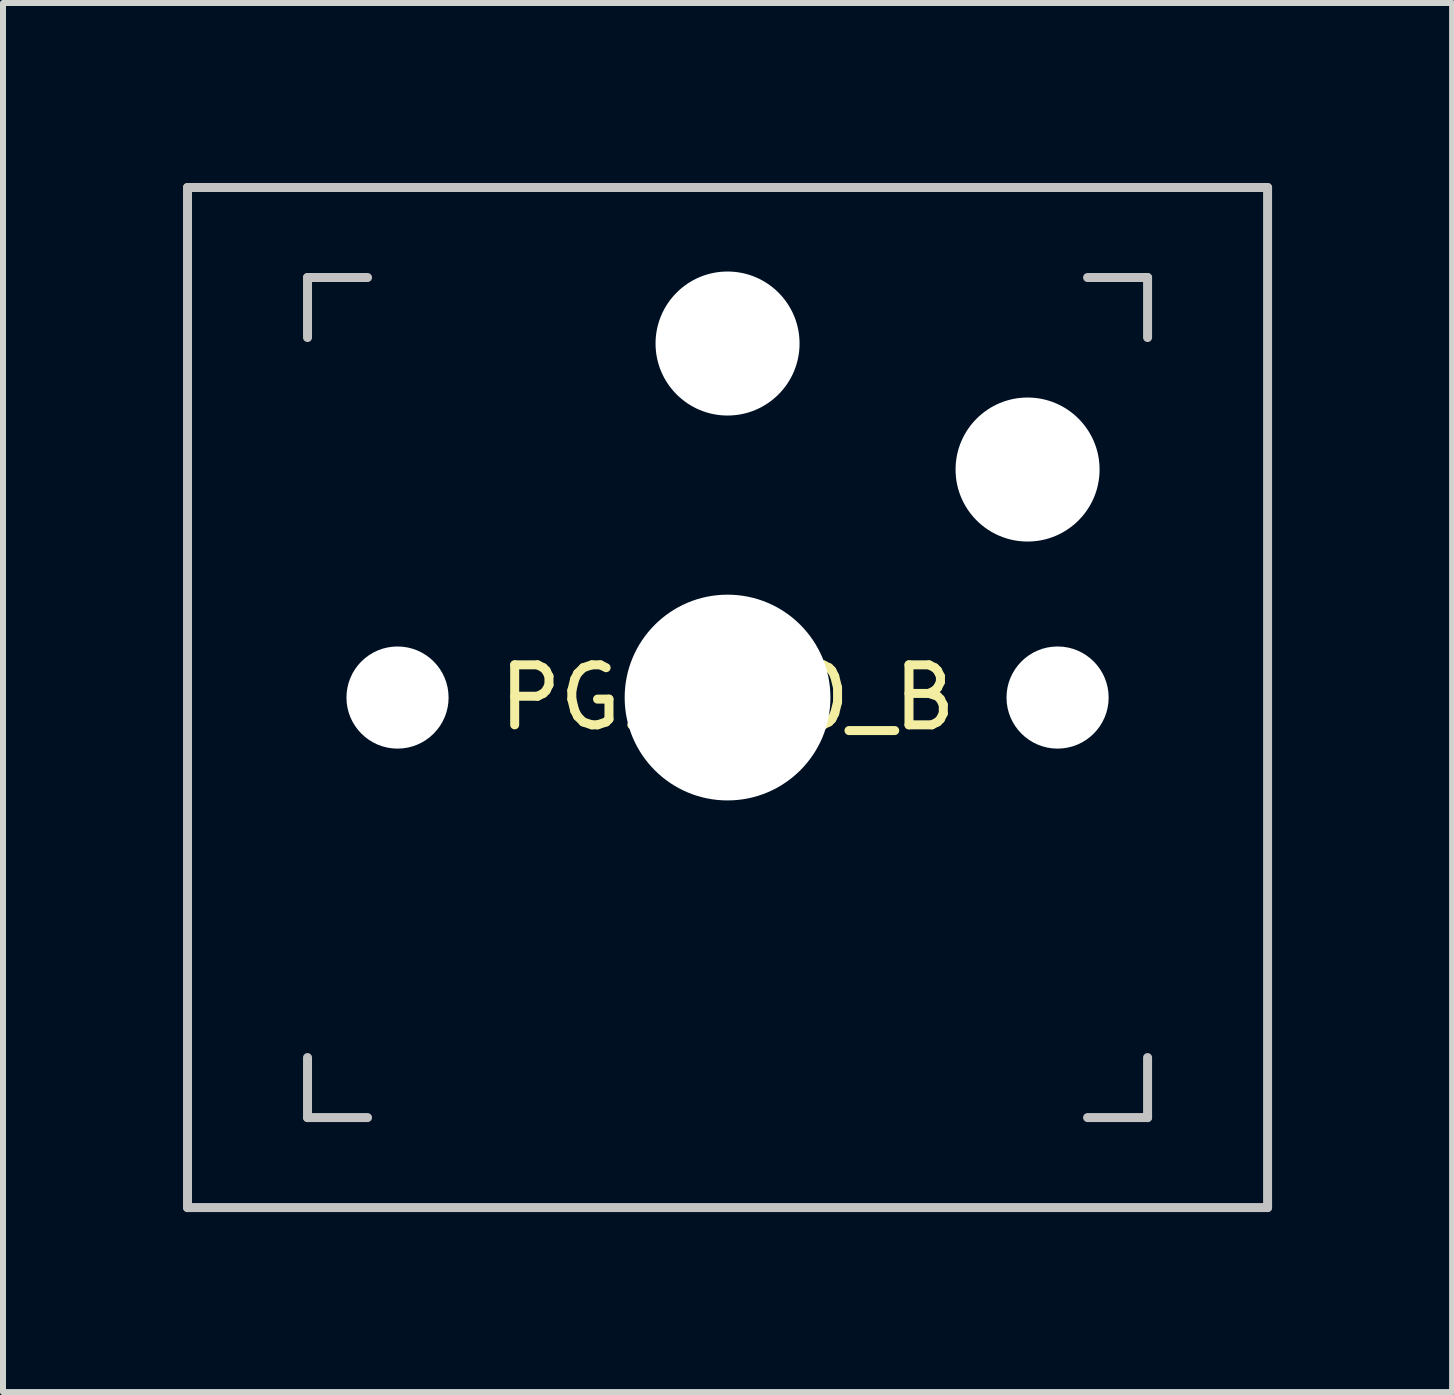
<source format=kicad_pcb>
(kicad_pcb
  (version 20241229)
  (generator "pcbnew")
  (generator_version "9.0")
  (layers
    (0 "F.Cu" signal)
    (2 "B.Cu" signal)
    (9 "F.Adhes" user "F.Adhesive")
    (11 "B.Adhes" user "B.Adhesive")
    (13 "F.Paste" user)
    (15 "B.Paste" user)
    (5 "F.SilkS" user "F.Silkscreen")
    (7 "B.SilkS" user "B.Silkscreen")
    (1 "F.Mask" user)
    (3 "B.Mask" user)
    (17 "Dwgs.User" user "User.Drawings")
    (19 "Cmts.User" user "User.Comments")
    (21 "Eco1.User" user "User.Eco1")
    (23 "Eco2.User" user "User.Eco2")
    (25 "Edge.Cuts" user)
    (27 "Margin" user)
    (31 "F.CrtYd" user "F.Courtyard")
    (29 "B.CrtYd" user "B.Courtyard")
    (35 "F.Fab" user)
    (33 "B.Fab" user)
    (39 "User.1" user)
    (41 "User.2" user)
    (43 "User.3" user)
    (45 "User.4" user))
  (footprint "PG1350_B"
    (layer "F.Cu")
    (at 9.075 8.575)
    (property "Reference" "PG1350_B" (at 0 0 0) (unlocked yes) (layer "F.SilkS") (effects (font (size 1 1) (thickness 0.15))))
    (attr through_hole)
    (fp_line (start -9 -8.5) (end 9 -8.5) (stroke (width 0.15) (type solid)) (layer "Dwgs.User"))
    (fp_line (start -9 8.5) (end -9 -8.5) (stroke (width 0.15) (type solid)) (layer "Dwgs.User"))
    (fp_line (start -7 -6) (end -7 -7) (stroke (width 0.15) (type solid)) (layer "Dwgs.User"))
    (fp_line (start -7 7) (end -7 6) (stroke (width 0.15) (type solid)) (layer "Dwgs.User"))
    (fp_line (start -7 7) (end -6 7) (stroke (width 0.15) (type solid)) (layer "Dwgs.User"))
    (fp_line (start -6 -7) (end -7 -7) (stroke (width 0.15) (type solid)) (layer "Dwgs.User"))
    (fp_line (start 6 7) (end 7 7) (stroke (width 0.15) (type solid)) (layer "Dwgs.User"))
    (fp_line (start 7 -7) (end 6 -7) (stroke (width 0.15) (type solid)) (layer "Dwgs.User"))
    (fp_line (start 7 -7) (end 7 -6) (stroke (width 0.15) (type solid)) (layer "Dwgs.User"))
    (fp_line (start 7 6) (end 7 7) (stroke (width 0.15) (type solid)) (layer "Dwgs.User"))
    (fp_line (start 9 -8.5) (end 9 8.5) (stroke (width 0.15) (type solid)) (layer "Dwgs.User"))
    (fp_line (start 9 8.5) (end -9 8.5) (stroke (width 0.15) (type solid)) (layer "Dwgs.User"))
    (pad "" np_thru_hole circle (at -5.5 0 15) (size 1.702 1.702) (drill 1.702) (layers "*.Cu" "*.Mask"))
    (pad "" np_thru_hole circle (at 0 -5.9 15) (size 2.4 2.4) (drill 2.4) (layers "*.Cu" "*.Mask"))
    (pad "" np_thru_hole circle (at 0 0 15) (size 3.429 3.429) (drill 3.429) (layers "*.Cu" "*.Mask"))
    (pad "" np_thru_hole circle (at 5 -3.8 15) (size 2.4 2.4) (drill 2.4) (layers "*.Cu" "*.Mask"))
    (pad "" np_thru_hole circle (at 5.5 0 15) (size 1.702 1.702) (drill 1.702) (layers "*.Cu" "*.Mask")))
  (gr_rect
    (start -3 -3)
    (end 21.15 20.15)
    (stroke (width 0.1) (type default))
    (fill no)
    (layer "Edge.Cuts")))
</source>
